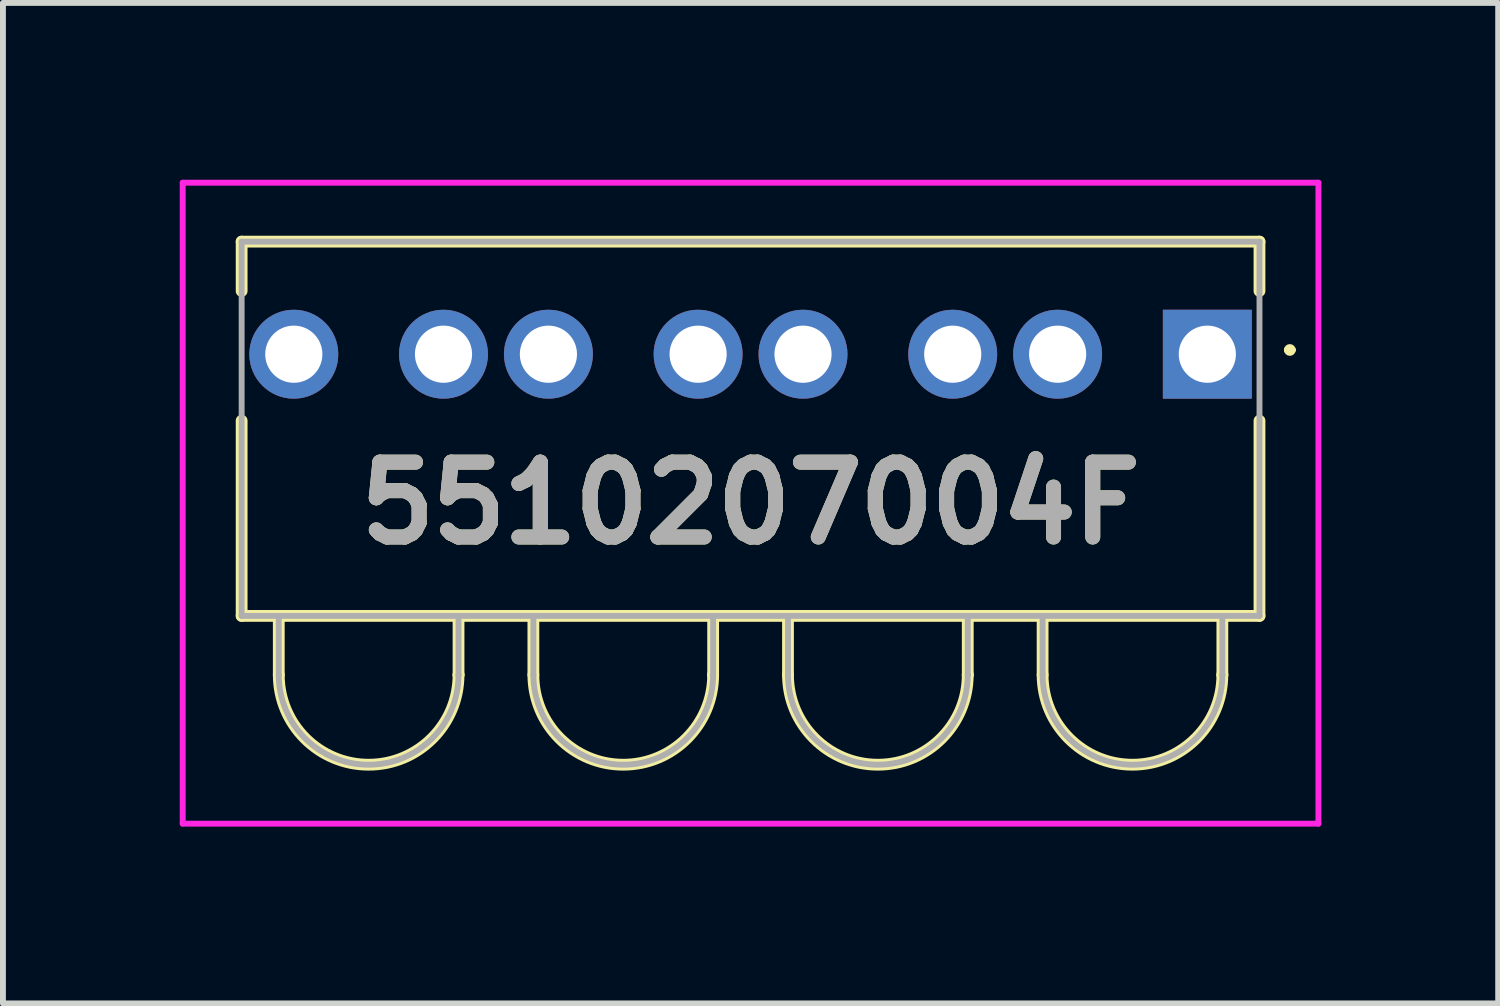
<source format=kicad_pcb>
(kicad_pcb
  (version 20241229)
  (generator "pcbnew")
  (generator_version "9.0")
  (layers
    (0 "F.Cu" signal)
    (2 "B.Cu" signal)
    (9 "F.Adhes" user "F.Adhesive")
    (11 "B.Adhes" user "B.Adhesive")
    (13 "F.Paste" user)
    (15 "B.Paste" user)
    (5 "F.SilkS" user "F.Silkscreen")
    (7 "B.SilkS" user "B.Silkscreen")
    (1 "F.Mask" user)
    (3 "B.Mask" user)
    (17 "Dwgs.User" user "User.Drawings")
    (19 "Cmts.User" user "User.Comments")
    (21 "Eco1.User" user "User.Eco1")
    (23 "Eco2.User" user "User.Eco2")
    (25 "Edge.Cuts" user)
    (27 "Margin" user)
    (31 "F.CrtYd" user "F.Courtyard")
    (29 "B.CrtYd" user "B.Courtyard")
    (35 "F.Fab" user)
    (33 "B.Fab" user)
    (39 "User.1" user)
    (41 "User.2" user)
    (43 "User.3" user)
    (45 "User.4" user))
  (footprint "5510207004F"
    (layer "F.Cu")
    (at 17.435 2.96)
    (property "Reference" "5510207004F" (at -7.75 2.527 0) (layer "F.SilkS") (effects (font (size 1.27 1.27) (thickness 0.254))))
    (attr through_hole)
    (fp_line (start -16.385 -1.91) (end -16.385 -1.072) (stroke (width 0.2) (type solid)) (layer "F.SilkS"))
    (fp_line (start -16.385 4.44) (end -16.385 1.128) (stroke (width 0.2) (type solid)) (layer "F.SilkS"))
    (fp_line (start -15.755 5.44) (end -15.755 4.44) (stroke (width 0.2) (type solid)) (layer "F.SilkS"))
    (fp_line (start -12.705 4.44) (end -12.705 5.44) (stroke (width 0.2) (type solid)) (layer "F.SilkS"))
    (fp_line (start -12.705 5.44) (end -12.705 5.44) (stroke (width 0.2) (type solid)) (layer "F.SilkS"))
    (fp_line (start -11.435 5.44) (end -11.435 4.44) (stroke (width 0.2) (type solid)) (layer "F.SilkS"))
    (fp_line (start -8.385 4.44) (end -8.385 5.44) (stroke (width 0.2) (type solid)) (layer "F.SilkS"))
    (fp_line (start -8.385 5.44) (end -8.385 5.44) (stroke (width 0.2) (type solid)) (layer "F.SilkS"))
    (fp_line (start -7.115 5.44) (end -7.115 4.44) (stroke (width 0.2) (type solid)) (layer "F.SilkS"))
    (fp_line (start -4.065 4.44) (end -4.065 5.44) (stroke (width 0.2) (type solid)) (layer "F.SilkS"))
    (fp_line (start -4.065 5.44) (end -4.065 5.44) (stroke (width 0.2) (type solid)) (layer "F.SilkS"))
    (fp_line (start -2.795 5.44) (end -2.795 4.44) (stroke (width 0.2) (type solid)) (layer "F.SilkS"))
    (fp_line (start 0.255 4.44) (end 0.255 5.44) (stroke (width 0.2) (type solid)) (layer "F.SilkS"))
    (fp_line (start 0.255 5.44) (end 0.255 5.44) (stroke (width 0.2) (type solid)) (layer "F.SilkS"))
    (fp_line (start 0.885 -1.91) (end -16.385 -1.91) (stroke (width 0.2) (type solid)) (layer "F.SilkS"))
    (fp_line (start 0.885 -1.072) (end 0.885 -1.91) (stroke (width 0.2) (type solid)) (layer "F.SilkS"))
    (fp_line (start 0.885 1.128) (end 0.885 4.44) (stroke (width 0.2) (type solid)) (layer "F.SilkS"))
    (fp_line (start 0.885 4.44) (end -16.385 4.44) (stroke (width 0.2) (type solid)) (layer "F.SilkS"))
    (fp_line (start 1.35 -0.072) (end 1.35 -0.072) (stroke (width 0.1) (type solid)) (layer "F.SilkS"))
    (fp_line (start 1.45 -0.072) (end 1.45 -0.072) (stroke (width 0.1) (type solid)) (layer "F.SilkS"))
    (fp_arc (start -12.705 5.44) (mid -14.23 6.965) (end -15.755 5.44) (stroke (width 0.2) (type solid)) (layer "F.SilkS"))
    (fp_arc (start -8.385 5.44) (mid -9.91 6.965) (end -11.435 5.44) (stroke (width 0.2) (type solid)) (layer "F.SilkS"))
    (fp_arc (start -4.065 5.44) (mid -5.59 6.965) (end -7.115 5.44) (stroke (width 0.2) (type solid)) (layer "F.SilkS"))
    (fp_arc (start 0.255 5.44) (mid -1.27 6.965) (end -2.795 5.44) (stroke (width 0.2) (type solid)) (layer "F.SilkS"))
    (fp_arc (start 1.35 -0.072) (mid 1.4 -0.122) (end 1.45 -0.072) (stroke (width 0.1) (type solid)) (layer "F.SilkS"))
    (fp_arc (start 1.45 -0.072) (mid 1.4 -0.022) (end 1.35 -0.072) (stroke (width 0.1) (type solid)) (layer "F.SilkS"))
    (fp_line (start -17.385 -2.91) (end -17.385 7.965) (stroke (width 0.1) (type solid)) (layer "F.CrtYd"))
    (fp_line (start -17.385 7.965) (end 1.885 7.965) (stroke (width 0.1) (type solid)) (layer "F.CrtYd"))
    (fp_line (start 1.885 -2.91) (end -17.385 -2.91) (stroke (width 0.1) (type solid)) (layer "F.CrtYd"))
    (fp_line (start 1.885 7.965) (end 1.885 -2.91) (stroke (width 0.1) (type solid)) (layer "F.CrtYd"))
    (fp_line (start -16.385 -1.91) (end -16.385 4.44) (stroke (width 0.1) (type solid)) (layer "F.Fab"))
    (fp_line (start -16.385 4.44) (end 0.885 4.44) (stroke (width 0.1) (type solid)) (layer "F.Fab"))
    (fp_line (start -15.755 5.44) (end -15.755 4.44) (stroke (width 0.1) (type solid)) (layer "F.Fab"))
    (fp_line (start -12.705 4.44) (end -12.705 5.44) (stroke (width 0.1) (type solid)) (layer "F.Fab"))
    (fp_line (start -12.705 5.44) (end -12.705 5.44) (stroke (width 0.1) (type solid)) (layer "F.Fab"))
    (fp_line (start -11.435 5.44) (end -11.435 4.44) (stroke (width 0.1) (type solid)) (layer "F.Fab"))
    (fp_line (start -8.385 4.44) (end -8.385 5.44) (stroke (width 0.1) (type solid)) (layer "F.Fab"))
    (fp_line (start -8.385 5.44) (end -8.385 5.44) (stroke (width 0.1) (type solid)) (layer "F.Fab"))
    (fp_line (start -7.115 5.44) (end -7.115 4.44) (stroke (width 0.1) (type solid)) (layer "F.Fab"))
    (fp_line (start -4.065 4.44) (end -4.065 5.44) (stroke (width 0.1) (type solid)) (layer "F.Fab"))
    (fp_line (start -4.065 5.44) (end -4.065 5.44) (stroke (width 0.1) (type solid)) (layer "F.Fab"))
    (fp_line (start -2.795 5.44) (end -2.795 4.44) (stroke (width 0.1) (type solid)) (layer "F.Fab"))
    (fp_line (start 0.255 4.44) (end 0.255 5.44) (stroke (width 0.1) (type solid)) (layer "F.Fab"))
    (fp_line (start 0.255 5.44) (end 0.255 5.44) (stroke (width 0.1) (type solid)) (layer "F.Fab"))
    (fp_line (start 0.885 -1.91) (end -16.385 -1.91) (stroke (width 0.1) (type solid)) (layer "F.Fab"))
    (fp_line (start 0.885 4.44) (end 0.885 -1.91) (stroke (width 0.1) (type solid)) (layer "F.Fab"))
    (fp_arc (start -12.705 5.44) (mid -14.23 6.965) (end -15.755 5.44) (stroke (width 0.1) (type solid)) (layer "F.Fab"))
    (fp_arc (start -8.385 5.44) (mid -9.91 6.965) (end -11.435 5.44) (stroke (width 0.1) (type solid)) (layer "F.Fab"))
    (fp_arc (start -4.065 5.44) (mid -5.59 6.965) (end -7.115 5.44) (stroke (width 0.1) (type solid)) (layer "F.Fab"))
    (fp_arc (start 0.255 5.44) (mid -1.27 6.965) (end -2.795 5.44) (stroke (width 0.1) (type solid)) (layer "F.Fab"))
    (fp_text user "${REFERENCE}" (at -7.75 2.527 0) (layer "F.Fab") (effects (font (size 1.27 1.27) (thickness 0.254))))
    (pad "1" thru_hole rect (at 0 0) (size 1.509 1.509) (drill 0.97) (layers "*.Cu" "*.Mask"))
    (pad "2" thru_hole circle (at -2.54 0) (size 1.509 1.509) (drill 0.97) (layers "*.Cu" "*.Mask"))
    (pad "3" thru_hole circle (at -4.32 0) (size 1.509 1.509) (drill 0.97) (layers "*.Cu" "*.Mask"))
    (pad "4" thru_hole circle (at -6.86 0) (size 1.509 1.509) (drill 0.97) (layers "*.Cu" "*.Mask"))
    (pad "5" thru_hole circle (at -8.64 0) (size 1.509 1.509) (drill 0.97) (layers "*.Cu" "*.Mask"))
    (pad "6" thru_hole circle (at -11.18 0) (size 1.509 1.509) (drill 0.97) (layers "*.Cu" "*.Mask"))
    (pad "7" thru_hole circle (at -12.96 0) (size 1.509 1.509) (drill 0.97) (layers "*.Cu" "*.Mask"))
    (pad "8" thru_hole circle (at -15.5 0) (size 1.509 1.509) (drill 0.97) (layers "*.Cu" "*.Mask")))
  (gr_rect
    (start -3 -3)
    (end 22.37 13.975)
    (stroke (width 0.1) (type default))
    (fill no)
    (layer "Edge.Cuts")))
</source>
